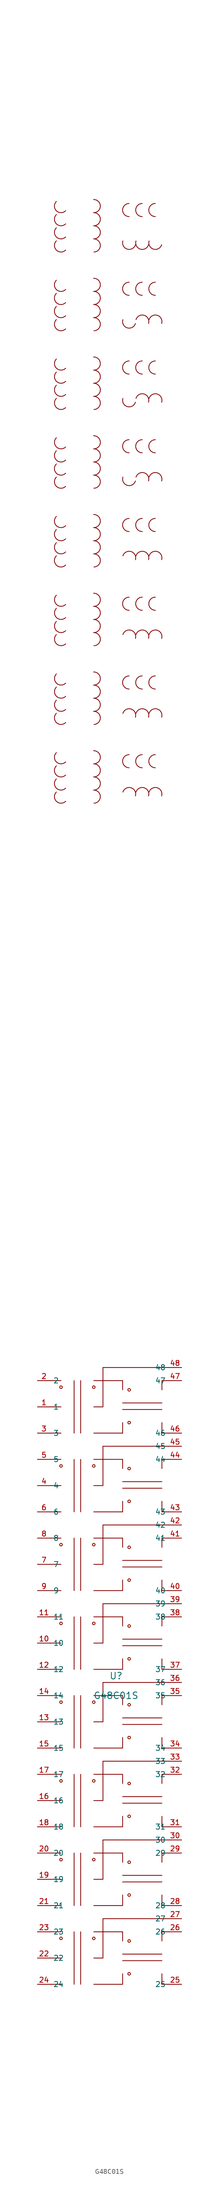
<source format=kicad_sym>
(kicad_symbol_lib
  (version 20210201)
  (generator TousstNicolas/JLC2KiCad_lib)
  (symbol "G48C01S"
    (property "Reference" "U"
      (at 0 1.27 0)
      (effects (font (size 1.27 1.27))))
    (property "Value" "G48C01S"
      (at 0 -2.54 0)
      (effects (font (size 1.27 1.27))))
    (symbol "G48C01S_0_1"
      (polyline (pts (xy 8.89 48.26) (xy 10.16 48.26)) (stroke (width 0) (type default) (color 0 0 0 0)) (fill (type none)))
      (polyline (pts (xy 8.89 58.42) (xy 10.16 58.42)) (stroke (width 0) (type default) (color 0 0 0 0)) (fill (type none)))
      (polyline (pts (xy -2.54 60.96) (xy 10.16 60.96)) (stroke (width 0) (type default) (color 0 0 0 0)) (fill (type none)))
      (polyline (pts (xy -2.54 53.34) (xy -2.54 60.96)) (stroke (width 0) (type default) (color 0 0 0 0)) (fill (type none)))
      (circle (center 2.54 50.292) (radius 0.254) (stroke (width 0) (type default) (color 0 0 0 0)) (fill (type background)))
      (polyline (pts (xy -4.318 53.34) (xy -2.54 53.34)) (stroke (width 0) (type default) (color 0 0 0 0)) (fill (type none)))
      (circle (center 2.54 56.642) (radius 0.254) (stroke (width 0) (type default) (color 0 0 0 0)) (fill (type background)))
      (circle (center -4.318 57.15) (radius 0.254) (stroke (width 0) (type default) (color 0 0 0 0)) (fill (type background)))
      (circle (center -10.668 57.15) (radius 0.254) (stroke (width 0) (type default) (color 0 0 0 0)) (fill (type background)))
      (polyline (pts (xy 1.27 54.102) (xy 8.89 54.102)) (stroke (width 0) (type default) (color 0 0 0 0)) (fill (type none)))
      (polyline (pts (xy 1.27 52.832) (xy 8.89 52.832)) (stroke (width 0) (type default) (color 0 0 0 0)) (fill (type none)))
      (polyline (pts (xy 8.89 50.292) (xy 8.89 48.26)) (stroke (width 0) (type default) (color 0 0 0 0)) (fill (type none)))
      (polyline (pts (xy 8.89 56.642) (xy 8.89 58.42)) (stroke (width 0) (type default) (color 0 0 0 0)) (fill (type none)))
      (polyline (pts (xy 1.27 48.26) (xy 1.27 50.292)) (stroke (width 0) (type default) (color 0 0 0 0)) (fill (type none)))
      (polyline (pts (xy 1.27 48.26) (xy -4.318 48.26)) (stroke (width 0) (type default) (color 0 0 0 0)) (fill (type none)))
      (polyline (pts (xy 1.27 58.42) (xy 1.27 56.642)) (stroke (width 0) (type default) (color 0 0 0 0)) (fill (type none)))
      (polyline (pts (xy -4.318 58.42) (xy 1.27 58.42)) (stroke (width 0) (type default) (color 0 0 0 0)) (fill (type none)))
      (arc (start 3.7543110576101877 171.58636616952523) (mid 2.168027332847536 170.7440379390878) (end 1.3256991024101326 172.33032166385044) (stroke (width 0) (type default) (color 0 0 0 0)) (fill (type none)))
      (arc (start 6.294316137620347 171.58636616952523) (mid 4.708032412857697 170.7440379390878) (end 3.8657041824202927 172.33032166385044) (stroke (width 0) (type default) (color 0 0 0 0)) (fill (type none)))
      (arc (start 8.834321217630508 171.58636616952523) (mid 7.248037492867857 170.7440379390878) (end 6.405709262430453 172.33032166385044) (stroke (width 0) (type default) (color 0 0 0 0)) (fill (type none)))
      (arc (start 2.54000508001016 177.03835407670817) (mid 1.27000254000508 178.30835661671324) (end 2.54000508001016 179.57835915671834) (stroke (width 0) (type default) (color 0 0 0 0)) (fill (type none)))
      (arc (start 5.08001016002032 177.03835407670817) (mid 3.81000762001524 178.30835661671324) (end 5.08001016002032 179.57835915671834) (stroke (width 0) (type default) (color 0 0 0 0)) (fill (type none)))
      (arc (start 7.62001524003048 177.03835407670817) (mid 6.350012700025401 178.30835661671324) (end 7.62001524003048 179.57835915671834) (stroke (width 0) (type default) (color 0 0 0 0)) (fill (type none)))
      (arc (start -4.280489434422674 177.80090995398888) (mid -5.5874567527869035 179.0328390470531) (end -4.355527676588787 180.33980638131513) (stroke (width 0) (type default) (color 0 0 0 0)) (fill (type none)))
      (arc (start -4.280489434422674 170.1808947139584) (mid -5.5874567527869035 171.41282380702262) (end -4.355527676588787 172.71979114128465) (stroke (width 0) (type default) (color 0 0 0 0)) (fill (type none)))
      (arc (start -4.280489434422674 172.72089979396856) (mid -5.5874567527869035 173.95282888703278) (end -4.355527676588787 175.2597962212948) (stroke (width 0) (type default) (color 0 0 0 0)) (fill (type none)))
      (arc (start -4.280489434422674 175.26090487397872) (mid -5.5874567527869035 176.49283396704294) (end -4.355527676588787 177.79980130130497) (stroke (width 0) (type default) (color 0 0 0 0)) (fill (type none)))
      (polyline (pts (xy -6.858 58.42) (xy -6.858 48.26)) (stroke (width 0) (type default) (color 0 0 0 0)) (fill (type none)))
      (polyline (pts (xy -8.128 58.42) (xy -8.128 48.26)) (stroke (width 0) (type default) (color 0 0 0 0)) (fill (type none)))
      (arc (start -9.769993927880934 178.17233073255454) (mid -11.566048744204396 178.17233073255454) (end -11.566048744204412 179.968385548878) (stroke (width 0) (type default) (color 0 0 0 0)) (fill (type none)))
      (arc (start -9.769993927880934 170.55231549252406) (mid -11.566048744204396 170.55231549252406) (end -11.566048744204412 172.34837030884754) (stroke (width 0) (type default) (color 0 0 0 0)) (fill (type none)))
      (arc (start -9.769993927880934 173.09232057253422) (mid -11.566048744204396 173.09232057253422) (end -11.566048744204412 174.8883753888577) (stroke (width 0) (type default) (color 0 0 0 0)) (fill (type none)))
      (arc (start -9.769993927880934 175.63232565254438) (mid -11.566048744204396 175.63232565254438) (end -11.566048744204412 177.42838046886786) (stroke (width 0) (type default) (color 0 0 0 0)) (fill (type none)))
      (polyline (pts (xy -12.7 58.42) (xy -10.668 58.42)) (stroke (width 0) (type default) (color 0 0 0 0)) (fill (type none)))
      (polyline (pts (xy -12.7 53.34) (xy -10.668 53.34)) (stroke (width 0) (type default) (color 0 0 0 0)) (fill (type none)))
      (polyline (pts (xy -12.7 48.26) (xy -10.668 48.26)) (stroke (width 0) (type default) (color 0 0 0 0)) (fill (type none)))
      (polyline (pts (xy -12.7 33.02) (xy -10.668 33.02)) (stroke (width 0) (type default) (color 0 0 0 0)) (fill (type none)))
      (polyline (pts (xy -12.7 38.1) (xy -10.668 38.1)) (stroke (width 0) (type default) (color 0 0 0 0)) (fill (type none)))
      (polyline (pts (xy -12.7 43.18) (xy -10.668 43.18)) (stroke (width 0) (type default) (color 0 0 0 0)) (fill (type none)))
      (arc (start -9.769993927880934 190.87235613260535) (mid -11.566048744204396 190.87235613260535) (end -11.566048744204412 192.6684109489288) (stroke (width 0) (type default) (color 0 0 0 0)) (fill (type none)))
      (arc (start -9.769993927880934 188.3323510525952) (mid -11.566048744204396 188.3323510525952) (end -11.566048744204412 190.12840586891863) (stroke (width 0) (type default) (color 0 0 0 0)) (fill (type none)))
      (arc (start -9.769993927880934 185.79234597258503) (mid -11.566048744204396 185.79234597258503) (end -11.566048744204412 187.58840078890847) (stroke (width 0) (type default) (color 0 0 0 0)) (fill (type none)))
      (arc (start -9.769993927880934 193.4123612126155) (mid -11.566048744204396 193.4123612126155) (end -11.566048744204412 195.20841602893896) (stroke (width 0) (type default) (color 0 0 0 0)) (fill (type none)))
      (polyline (pts (xy -8.128 43.18) (xy -8.128 33.02)) (stroke (width 0) (type default) (color 0 0 0 0)) (fill (type none)))
      (polyline (pts (xy -6.858 43.18) (xy -6.858 33.02)) (stroke (width 0) (type default) (color 0 0 0 0)) (fill (type none)))
      (arc (start -4.280489434422674 190.50093535403968) (mid -5.5874567527869035 191.7328644471039) (end -4.355527676588787 193.03983178136593) (stroke (width 0) (type default) (color 0 0 0 0)) (fill (type none)))
      (arc (start -4.280489434422674 187.96093027402952) (mid -5.5874567527869035 189.19285936709375) (end -4.355527676588787 190.49982670135577) (stroke (width 0) (type default) (color 0 0 0 0)) (fill (type none)))
      (arc (start -4.280489434422674 185.42092519401936) (mid -5.5874567527869035 186.65285428708358) (end -4.355527676588787 187.9598216213456) (stroke (width 0) (type default) (color 0 0 0 0)) (fill (type none)))
      (arc (start -4.280489434422674 193.04094043404982) (mid -5.5874567527869035 194.27286952711407) (end -4.355527676588787 195.5798368613761) (stroke (width 0) (type default) (color 0 0 0 0)) (fill (type none)))
      (arc (start 7.62001524003048 192.2783845567691) (mid 6.350012700025401 193.5483870967742) (end 7.62001524003048 194.81838963677927) (stroke (width 0) (type default) (color 0 0 0 0)) (fill (type none)))
      (arc (start 5.08001016002032 192.2783845567691) (mid 3.81000762001524 193.5483870967742) (end 5.08001016002032 194.81838963677927) (stroke (width 0) (type default) (color 0 0 0 0)) (fill (type none)))
      (arc (start 2.54000508001016 192.2783845567691) (mid 1.27000254000508 193.5483870967742) (end 2.54000508001016 194.81838963677927) (stroke (width 0) (type default) (color 0 0 0 0)) (fill (type none)))
      (arc (start 8.834321217630508 186.8263966495862) (mid 7.248037492867857 185.98406841914877) (end 6.405709262430453 187.5703521439114) (stroke (width 0) (type default) (color 0 0 0 0)) (fill (type none)))
      (arc (start 6.294316137620347 186.8263966495862) (mid 4.708032412857697 185.98406841914877) (end 3.8657041824202927 187.5703521439114) (stroke (width 0) (type default) (color 0 0 0 0)) (fill (type none)))
      (arc (start 3.7543110576101877 186.8263966495862) (mid 2.168027332847536 185.98406841914877) (end 1.3256991024101326 187.5703521439114) (stroke (width 0) (type default) (color 0 0 0 0)) (fill (type none)))
      (polyline (pts (xy -4.318 43.18) (xy 1.27 43.18)) (stroke (width 0) (type default) (color 0 0 0 0)) (fill (type none)))
      (polyline (pts (xy 1.27 43.18) (xy 1.27 41.402)) (stroke (width 0) (type default) (color 0 0 0 0)) (fill (type none)))
      (polyline (pts (xy 1.27 33.02) (xy -4.318 33.02)) (stroke (width 0) (type default) (color 0 0 0 0)) (fill (type none)))
      (polyline (pts (xy 1.27 33.02) (xy 1.27 35.052)) (stroke (width 0) (type default) (color 0 0 0 0)) (fill (type none)))
      (polyline (pts (xy 8.89 41.402) (xy 8.89 43.18)) (stroke (width 0) (type default) (color 0 0 0 0)) (fill (type none)))
      (polyline (pts (xy 8.89 35.052) (xy 8.89 33.02)) (stroke (width 0) (type default) (color 0 0 0 0)) (fill (type none)))
      (polyline (pts (xy 1.27 37.592) (xy 8.89 37.592)) (stroke (width 0) (type default) (color 0 0 0 0)) (fill (type none)))
      (polyline (pts (xy 1.27 38.862) (xy 8.89 38.862)) (stroke (width 0) (type default) (color 0 0 0 0)) (fill (type none)))
      (circle (center -10.668 41.91) (radius 0.254) (stroke (width 0) (type default) (color 0 0 0 0)) (fill (type background)))
      (circle (center -4.318 41.91) (radius 0.254) (stroke (width 0) (type default) (color 0 0 0 0)) (fill (type background)))
      (circle (center 2.54 41.402) (radius 0.254) (stroke (width 0) (type default) (color 0 0 0 0)) (fill (type background)))
      (polyline (pts (xy -4.318 38.1) (xy -2.54 38.1)) (stroke (width 0) (type default) (color 0 0 0 0)) (fill (type none)))
      (circle (center 2.54 35.052) (radius 0.254) (stroke (width 0) (type default) (color 0 0 0 0)) (fill (type background)))
      (polyline (pts (xy -2.54 38.1) (xy -2.54 45.72)) (stroke (width 0) (type default) (color 0 0 0 0)) (fill (type none)))
      (polyline (pts (xy -2.54 45.72) (xy 10.16 45.72)) (stroke (width 0) (type default) (color 0 0 0 0)) (fill (type none)))
      (polyline (pts (xy 8.89 43.18) (xy 10.16 43.18)) (stroke (width 0) (type default) (color 0 0 0 0)) (fill (type none)))
      (polyline (pts (xy 8.89 33.02) (xy 10.16 33.02)) (stroke (width 0) (type default) (color 0 0 0 0)) (fill (type none)))
      (polyline (pts (xy -12.7 17.78) (xy -10.668 17.78)) (stroke (width 0) (type default) (color 0 0 0 0)) (fill (type none)))
      (polyline (pts (xy -12.7 22.86) (xy -10.668 22.86)) (stroke (width 0) (type default) (color 0 0 0 0)) (fill (type none)))
      (polyline (pts (xy -12.7 27.94) (xy -10.668 27.94)) (stroke (width 0) (type default) (color 0 0 0 0)) (fill (type none)))
      (arc (start -9.769993927880934 206.1123866126663) (mid -11.566048744204396 206.1123866126663) (end -11.566048744204412 207.90844142898976) (stroke (width 0) (type default) (color 0 0 0 0)) (fill (type none)))
      (arc (start -9.769993927880934 203.57238153265615) (mid -11.566048744204396 203.57238153265615) (end -11.566048744204412 205.3684363489796) (stroke (width 0) (type default) (color 0 0 0 0)) (fill (type none)))
      (arc (start -9.769993927880934 201.032376452646) (mid -11.566048744204396 201.032376452646) (end -11.566048744204412 202.82843126896944) (stroke (width 0) (type default) (color 0 0 0 0)) (fill (type none)))
      (arc (start -9.769993927880934 208.65239169267647) (mid -11.566048744204396 208.65239169267647) (end -11.566048744204412 210.44844650899992) (stroke (width 0) (type default) (color 0 0 0 0)) (fill (type none)))
      (polyline (pts (xy -8.128 27.94) (xy -8.128 17.78)) (stroke (width 0) (type default) (color 0 0 0 0)) (fill (type none)))
      (polyline (pts (xy -6.858 27.94) (xy -6.858 17.78)) (stroke (width 0) (type default) (color 0 0 0 0)) (fill (type none)))
      (arc (start -4.280489434422674 205.74096583410062) (mid -5.5874567527869035 206.97289492716487) (end -4.355527676588787 208.2798622614269) (stroke (width 0) (type default) (color 0 0 0 0)) (fill (type none)))
      (arc (start -4.280489434422674 203.20096075409046) (mid -5.5874567527869035 204.4328898471547) (end -4.355527676588787 205.73985718141674) (stroke (width 0) (type default) (color 0 0 0 0)) (fill (type none)))
      (arc (start -4.280489434422674 200.6609556740803) (mid -5.5874567527869035 201.89288476714455) (end -4.355527676588787 203.19985210140658) (stroke (width 0) (type default) (color 0 0 0 0)) (fill (type none)))
      (arc (start -4.280489434422674 208.28097091411078) (mid -5.5874567527869035 209.51290000717503) (end -4.355527676588787 210.81986734143706) (stroke (width 0) (type default) (color 0 0 0 0)) (fill (type none)))
      (arc (start 7.62001524003048 207.51841503683008) (mid 6.350012700025401 208.78841757683517) (end 7.62001524003048 210.05842011684024) (stroke (width 0) (type default) (color 0 0 0 0)) (fill (type none)))
      (arc (start 5.08001016002032 207.51841503683008) (mid 3.81000762001524 208.78841757683517) (end 5.08001016002032 210.05842011684024) (stroke (width 0) (type default) (color 0 0 0 0)) (fill (type none)))
      (arc (start 2.54000508001016 207.51841503683008) (mid 1.27000254000508 208.78841757683517) (end 2.54000508001016 210.05842011684024) (stroke (width 0) (type default) (color 0 0 0 0)) (fill (type none)))
      (arc (start 8.834321217630508 202.06642712964717) (mid 7.248037492867857 201.2240988992097) (end 6.405709262430453 202.81038262397237) (stroke (width 0) (type default) (color 0 0 0 0)) (fill (type none)))
      (arc (start 6.294316137620347 202.06642712964717) (mid 4.708032412857697 201.2240988992097) (end 3.8657041824202927 202.81038262397237) (stroke (width 0) (type default) (color 0 0 0 0)) (fill (type none)))
      (arc (start 3.7543110576101877 202.06642712964717) (mid 2.168027332847536 201.2240988992097) (end 1.3256991024101326 202.81038262397237) (stroke (width 0) (type default) (color 0 0 0 0)) (fill (type none)))
      (polyline (pts (xy -4.318 27.94) (xy 1.27 27.94)) (stroke (width 0) (type default) (color 0 0 0 0)) (fill (type none)))
      (polyline (pts (xy 1.27 27.94) (xy 1.27 26.162)) (stroke (width 0) (type default) (color 0 0 0 0)) (fill (type none)))
      (polyline (pts (xy 1.27 17.78) (xy -4.318 17.78)) (stroke (width 0) (type default) (color 0 0 0 0)) (fill (type none)))
      (polyline (pts (xy 1.27 17.78) (xy 1.27 19.812)) (stroke (width 0) (type default) (color 0 0 0 0)) (fill (type none)))
      (polyline (pts (xy 8.89 26.162) (xy 8.89 27.94)) (stroke (width 0) (type default) (color 0 0 0 0)) (fill (type none)))
      (polyline (pts (xy 8.89 19.812) (xy 8.89 17.78)) (stroke (width 0) (type default) (color 0 0 0 0)) (fill (type none)))
      (polyline (pts (xy 1.27 22.352) (xy 8.89 22.352)) (stroke (width 0) (type default) (color 0 0 0 0)) (fill (type none)))
      (polyline (pts (xy 1.27 23.622) (xy 8.89 23.622)) (stroke (width 0) (type default) (color 0 0 0 0)) (fill (type none)))
      (circle (center -10.668 26.67) (radius 0.254) (stroke (width 0) (type default) (color 0 0 0 0)) (fill (type background)))
      (circle (center -4.318 26.67) (radius 0.254) (stroke (width 0) (type default) (color 0 0 0 0)) (fill (type background)))
      (circle (center 2.54 26.162) (radius 0.254) (stroke (width 0) (type default) (color 0 0 0 0)) (fill (type background)))
      (polyline (pts (xy -4.318 22.86) (xy -2.54 22.86)) (stroke (width 0) (type default) (color 0 0 0 0)) (fill (type none)))
      (circle (center 2.54 19.812) (radius 0.254) (stroke (width 0) (type default) (color 0 0 0 0)) (fill (type background)))
      (polyline (pts (xy -2.54 22.86) (xy -2.54 30.48)) (stroke (width 0) (type default) (color 0 0 0 0)) (fill (type none)))
      (polyline (pts (xy -2.54 30.48) (xy 10.16 30.48)) (stroke (width 0) (type default) (color 0 0 0 0)) (fill (type none)))
      (polyline (pts (xy 8.89 27.94) (xy 10.16 27.94)) (stroke (width 0) (type default) (color 0 0 0 0)) (fill (type none)))
      (polyline (pts (xy 8.89 17.78) (xy 10.16 17.78)) (stroke (width 0) (type default) (color 0 0 0 0)) (fill (type none)))
      (polyline (pts (xy -12.7 2.54) (xy -10.668 2.54)) (stroke (width 0) (type default) (color 0 0 0 0)) (fill (type none)))
      (polyline (pts (xy -12.7 7.62) (xy -10.668 7.62)) (stroke (width 0) (type default) (color 0 0 0 0)) (fill (type none)))
      (polyline (pts (xy -12.7 12.7) (xy -10.668 12.7)) (stroke (width 0) (type default) (color 0 0 0 0)) (fill (type none)))
      (arc (start -9.769993927880934 221.35241709272728) (mid -11.566048744204396 221.35241709272728) (end -11.566048744204412 223.14847190905073) (stroke (width 0) (type default) (color 0 0 0 0)) (fill (type none)))
      (arc (start -9.769993927880934 218.81241201271712) (mid -11.566048744204396 218.81241201271712) (end -11.566048744204412 220.60846682904057) (stroke (width 0) (type default) (color 0 0 0 0)) (fill (type none)))
      (arc (start -9.769993927880934 216.27240693270696) (mid -11.566048744204396 216.27240693270696) (end -11.566048744204412 218.0684617490304) (stroke (width 0) (type default) (color 0 0 0 0)) (fill (type none)))
      (arc (start -9.769993927880934 223.89242217273744) (mid -11.566048744204396 223.89242217273744) (end -11.566048744204412 225.6884769890609) (stroke (width 0) (type default) (color 0 0 0 0)) (fill (type none)))
      (polyline (pts (xy -8.128 12.7) (xy -8.128 2.54)) (stroke (width 0) (type default) (color 0 0 0 0)) (fill (type none)))
      (polyline (pts (xy -6.858 12.7) (xy -6.858 2.54)) (stroke (width 0) (type default) (color 0 0 0 0)) (fill (type none)))
      (arc (start -4.280489434422674 220.9809963141616) (mid -5.5874567527869035 222.21292540722584) (end -4.355527676588787 223.51989274148784) (stroke (width 0) (type default) (color 0 0 0 0)) (fill (type none)))
      (arc (start -4.280489434422674 218.44099123415143) (mid -5.5874567527869035 219.67292032721568) (end -4.355527676588787 220.9798876614777) (stroke (width 0) (type default) (color 0 0 0 0)) (fill (type none)))
      (arc (start -4.280489434422674 215.90098615414126) (mid -5.5874567527869035 217.13291524720552) (end -4.355527676588787 218.43988258146754) (stroke (width 0) (type default) (color 0 0 0 0)) (fill (type none)))
      (arc (start -4.280489434422674 223.52100139417175) (mid -5.5874567527869035 224.752930487236) (end -4.355527676588787 226.059897821498) (stroke (width 0) (type default) (color 0 0 0 0)) (fill (type none)))
      (arc (start 7.62001524003048 222.75844551689104) (mid 6.350012700025401 224.0284480568961) (end 7.62001524003048 225.2984505969012) (stroke (width 0) (type default) (color 0 0 0 0)) (fill (type none)))
      (arc (start 5.08001016002032 222.75844551689104) (mid 3.81000762001524 224.0284480568961) (end 5.08001016002032 225.2984505969012) (stroke (width 0) (type default) (color 0 0 0 0)) (fill (type none)))
      (arc (start 2.54000508001016 222.75844551689104) (mid 1.27000254000508 224.0284480568961) (end 2.54000508001016 225.2984505969012) (stroke (width 0) (type default) (color 0 0 0 0)) (fill (type none)))
      (arc (start 8.834321217630508 217.3064576097081) (mid 7.248037492867857 216.46412937927067) (end 6.405709262430453 218.05041310403334) (stroke (width 0) (type default) (color 0 0 0 0)) (fill (type none)))
      (arc (start 6.294316137620347 217.3064576097081) (mid 4.708032412857697 216.46412937927067) (end 3.8657041824202927 218.05041310403334) (stroke (width 0) (type default) (color 0 0 0 0)) (fill (type none)))
      (arc (start 3.7543110576101877 217.3064576097081) (mid 2.168027332847536 216.46412937927067) (end 1.3256991024101326 218.05041310403334) (stroke (width 0) (type default) (color 0 0 0 0)) (fill (type none)))
      (polyline (pts (xy -4.318 12.7) (xy 1.27 12.7)) (stroke (width 0) (type default) (color 0 0 0 0)) (fill (type none)))
      (polyline (pts (xy 1.27 12.7) (xy 1.27 10.922)) (stroke (width 0) (type default) (color 0 0 0 0)) (fill (type none)))
      (polyline (pts (xy 1.27 2.54) (xy -4.318 2.54)) (stroke (width 0) (type default) (color 0 0 0 0)) (fill (type none)))
      (polyline (pts (xy 1.27 2.54) (xy 1.27 4.572)) (stroke (width 0) (type default) (color 0 0 0 0)) (fill (type none)))
      (polyline (pts (xy 8.89 10.922) (xy 8.89 12.7)) (stroke (width 0) (type default) (color 0 0 0 0)) (fill (type none)))
      (polyline (pts (xy 8.89 4.572) (xy 8.89 2.54)) (stroke (width 0) (type default) (color 0 0 0 0)) (fill (type none)))
      (polyline (pts (xy 1.27 7.112) (xy 8.89 7.112)) (stroke (width 0) (type default) (color 0 0 0 0)) (fill (type none)))
      (polyline (pts (xy 1.27 8.382) (xy 8.89 8.382)) (stroke (width 0) (type default) (color 0 0 0 0)) (fill (type none)))
      (circle (center -10.668 11.43) (radius 0.254) (stroke (width 0) (type default) (color 0 0 0 0)) (fill (type background)))
      (circle (center -4.318 11.43) (radius 0.254) (stroke (width 0) (type default) (color 0 0 0 0)) (fill (type background)))
      (circle (center 2.54 10.922) (radius 0.254) (stroke (width 0) (type default) (color 0 0 0 0)) (fill (type background)))
      (polyline (pts (xy -4.318 7.62) (xy -2.54 7.62)) (stroke (width 0) (type default) (color 0 0 0 0)) (fill (type none)))
      (circle (center 2.54 4.572) (radius 0.254) (stroke (width 0) (type default) (color 0 0 0 0)) (fill (type background)))
      (polyline (pts (xy -2.54 7.62) (xy -2.54 15.24)) (stroke (width 0) (type default) (color 0 0 0 0)) (fill (type none)))
      (polyline (pts (xy -2.54 15.24) (xy 10.16 15.24)) (stroke (width 0) (type default) (color 0 0 0 0)) (fill (type none)))
      (polyline (pts (xy 8.89 12.7) (xy 10.16 12.7)) (stroke (width 0) (type default) (color 0 0 0 0)) (fill (type none)))
      (polyline (pts (xy 8.89 2.54) (xy 10.16 2.54)) (stroke (width 0) (type default) (color 0 0 0 0)) (fill (type none)))
      (polyline (pts (xy -12.7 -12.7) (xy -10.668 -12.7)) (stroke (width 0) (type default) (color 0 0 0 0)) (fill (type none)))
      (polyline (pts (xy -12.7 -7.62) (xy -10.668 -7.62)) (stroke (width 0) (type default) (color 0 0 0 0)) (fill (type none)))
      (polyline (pts (xy -12.7 -2.54) (xy -10.668 -2.54)) (stroke (width 0) (type default) (color 0 0 0 0)) (fill (type none)))
      (arc (start -9.769993927880934 236.59244757278825) (mid -11.566048744204396 236.59244757278825) (end -11.566048744204412 238.3885023891117) (stroke (width 0) (type default) (color 0 0 0 0)) (fill (type none)))
      (arc (start -9.769993927880934 234.05244249277808) (mid -11.566048744204396 234.05244249277808) (end -11.566048744204412 235.84849730910153) (stroke (width 0) (type default) (color 0 0 0 0)) (fill (type none)))
      (arc (start -9.769993927880934 231.51243741276792) (mid -11.566048744204396 231.51243741276792) (end -11.566048744204412 233.30849222909137) (stroke (width 0) (type default) (color 0 0 0 0)) (fill (type none)))
      (arc (start -9.769993927880934 239.1324526527984) (mid -11.566048744204396 239.1324526527984) (end -11.566048744204412 240.92850746912185) (stroke (width 0) (type default) (color 0 0 0 0)) (fill (type none)))
      (polyline (pts (xy -8.128 -2.54) (xy -8.128 -12.7)) (stroke (width 0) (type default) (color 0 0 0 0)) (fill (type none)))
      (polyline (pts (xy -6.858 -2.54) (xy -6.858 -12.7)) (stroke (width 0) (type default) (color 0 0 0 0)) (fill (type none)))
      (arc (start -4.280489434422674 236.22102679422255) (mid -5.5874567527869035 237.45295588728678) (end -4.355527676588787 238.7599232215488) (stroke (width 0) (type default) (color 0 0 0 0)) (fill (type none)))
      (arc (start -4.280489434422674 233.6810217142124) (mid -5.5874567527869035 234.91295080727664) (end -4.355527676588787 236.21991814153864) (stroke (width 0) (type default) (color 0 0 0 0)) (fill (type none)))
      (arc (start -4.280489434422674 231.14101663420223) (mid -5.5874567527869035 232.37294572726648) (end -4.355527676588787 233.67991306152848) (stroke (width 0) (type default) (color 0 0 0 0)) (fill (type none)))
      (arc (start -4.280489434422674 238.7610318742327) (mid -5.5874567527869035 239.99296096729694) (end -4.355527676588787 241.29992830155896) (stroke (width 0) (type default) (color 0 0 0 0)) (fill (type none)))
      (arc (start 7.62001524003048 237.998475996952) (mid 6.350012700025401 239.26847853695708) (end 7.62001524003048 240.53848107696217) (stroke (width 0) (type default) (color 0 0 0 0)) (fill (type none)))
      (arc (start 5.08001016002032 237.998475996952) (mid 3.81000762001524 239.26847853695708) (end 5.08001016002032 240.53848107696217) (stroke (width 0) (type default) (color 0 0 0 0)) (fill (type none)))
      (arc (start 2.54000508001016 237.998475996952) (mid 1.27000254000508 239.26847853695708) (end 2.54000508001016 240.53848107696217) (stroke (width 0) (type default) (color 0 0 0 0)) (fill (type none)))
      (arc (start 8.834321217630508 232.54648808976907) (mid 7.248037492867857 231.70415985933164) (end 6.405709262430453 233.2904435840943) (stroke (width 0) (type default) (color 0 0 0 0)) (fill (type none)))
      (arc (start 6.294316137620347 232.54648808976907) (mid 4.708032412857697 231.70415985933164) (end 3.8657041824202927 233.2904435840943) (stroke (width 0) (type default) (color 0 0 0 0)) (fill (type none)))
      (arc (start 3.7543110576101877 232.54648808976907) (mid 2.168027332847536 231.70415985933164) (end 1.3256991024101326 233.2904435840943) (stroke (width 0) (type default) (color 0 0 0 0)) (fill (type none)))
      (polyline (pts (xy -4.318 -2.54) (xy 1.27 -2.54)) (stroke (width 0) (type default) (color 0 0 0 0)) (fill (type none)))
      (polyline (pts (xy 1.27 -2.54) (xy 1.27 -4.318)) (stroke (width 0) (type default) (color 0 0 0 0)) (fill (type none)))
      (polyline (pts (xy 1.27 -12.7) (xy -4.318 -12.7)) (stroke (width 0) (type default) (color 0 0 0 0)) (fill (type none)))
      (polyline (pts (xy 1.27 -12.7) (xy 1.27 -10.668)) (stroke (width 0) (type default) (color 0 0 0 0)) (fill (type none)))
      (polyline (pts (xy 8.89 -4.318) (xy 8.89 -2.54)) (stroke (width 0) (type default) (color 0 0 0 0)) (fill (type none)))
      (polyline (pts (xy 8.89 -10.668) (xy 8.89 -12.7)) (stroke (width 0) (type default) (color 0 0 0 0)) (fill (type none)))
      (polyline (pts (xy 1.27 -8.128) (xy 8.89 -8.128)) (stroke (width 0) (type default) (color 0 0 0 0)) (fill (type none)))
      (polyline (pts (xy 1.27 -6.858) (xy 8.89 -6.858)) (stroke (width 0) (type default) (color 0 0 0 0)) (fill (type none)))
      (circle (center -10.668 -3.81) (radius 0.254) (stroke (width 0) (type default) (color 0 0 0 0)) (fill (type background)))
      (circle (center -4.318 -3.81) (radius 0.254) (stroke (width 0) (type default) (color 0 0 0 0)) (fill (type background)))
      (circle (center 2.54 -4.318) (radius 0.254) (stroke (width 0) (type default) (color 0 0 0 0)) (fill (type background)))
      (polyline (pts (xy -4.318 -7.62) (xy -2.54 -7.62)) (stroke (width 0) (type default) (color 0 0 0 0)) (fill (type none)))
      (circle (center 2.54 -10.668) (radius 0.254) (stroke (width 0) (type default) (color 0 0 0 0)) (fill (type background)))
      (polyline (pts (xy -2.54 -7.62) (xy -2.54 -0.0)) (stroke (width 0) (type default) (color 0 0 0 0)) (fill (type none)))
      (polyline (pts (xy -2.54 -0.0) (xy 10.16 -0.0)) (stroke (width 0) (type default) (color 0 0 0 0)) (fill (type none)))
      (polyline (pts (xy 8.89 -2.54) (xy 10.16 -2.54)) (stroke (width 0) (type default) (color 0 0 0 0)) (fill (type none)))
      (polyline (pts (xy 8.89 -12.7) (xy 10.16 -12.7)) (stroke (width 0) (type default) (color 0 0 0 0)) (fill (type none)))
      (polyline (pts (xy -12.7 -27.94) (xy -10.668 -27.94)) (stroke (width 0) (type default) (color 0 0 0 0)) (fill (type none)))
      (polyline (pts (xy -12.7 -22.86) (xy -10.668 -22.86)) (stroke (width 0) (type default) (color 0 0 0 0)) (fill (type none)))
      (polyline (pts (xy -12.7 -17.78) (xy -10.668 -17.78)) (stroke (width 0) (type default) (color 0 0 0 0)) (fill (type none)))
      (arc (start -9.769993927880934 251.83247805284918) (mid -11.566048744204396 251.83247805284918) (end -11.566048744204412 253.62853286917266) (stroke (width 0) (type default) (color 0 0 0 0)) (fill (type none)))
      (arc (start -9.769993927880934 249.29247297283902) (mid -11.566048744204396 249.29247297283902) (end -11.566048744204412 251.0885277891625) (stroke (width 0) (type default) (color 0 0 0 0)) (fill (type none)))
      (arc (start -9.769993927880934 246.75246789282886) (mid -11.566048744204396 246.75246789282886) (end -11.566048744204412 248.54852270915237) (stroke (width 0) (type default) (color 0 0 0 0)) (fill (type none)))
      (arc (start -9.769993927880934 254.37248313285934) (mid -11.566048744204396 254.37248313285934) (end -11.566048744204412 256.16853794918285) (stroke (width 0) (type default) (color 0 0 0 0)) (fill (type none)))
      (polyline (pts (xy -8.128 -17.78) (xy -8.128 -27.94)) (stroke (width 0) (type default) (color 0 0 0 0)) (fill (type none)))
      (polyline (pts (xy -6.858 -17.78) (xy -6.858 -27.94)) (stroke (width 0) (type default) (color 0 0 0 0)) (fill (type none)))
      (arc (start -4.280489434422674 251.4610572742835) (mid -5.5874567527869035 252.69298636734774) (end -4.355527676588787 253.99995370160974) (stroke (width 0) (type default) (color 0 0 0 0)) (fill (type none)))
      (arc (start -4.280489434422674 248.92105219427333) (mid -5.5874567527869035 250.15298128733758) (end -4.355527676588787 251.45994862159958) (stroke (width 0) (type default) (color 0 0 0 0)) (fill (type none)))
      (arc (start -4.280489434422674 246.38104711426317) (mid -5.5874567527869035 247.61297620732742) (end -4.355527676588787 248.91994354158942) (stroke (width 0) (type default) (color 0 0 0 0)) (fill (type none)))
      (arc (start -4.280489434422674 254.00106235429365) (mid -5.5874567527869035 255.2329914473579) (end -4.355527676588787 256.53995878161993) (stroke (width 0) (type default) (color 0 0 0 0)) (fill (type none)))
      (arc (start 7.62001524003048 253.23850647701298) (mid 6.350012700025401 254.50850901701804) (end 7.62001524003048 255.77851155702314) (stroke (width 0) (type default) (color 0 0 0 0)) (fill (type none)))
      (arc (start 5.08001016002032 253.23850647701298) (mid 3.81000762001524 254.50850901701804) (end 5.08001016002032 255.77851155702314) (stroke (width 0) (type default) (color 0 0 0 0)) (fill (type none)))
      (arc (start 2.54000508001016 253.23850647701298) (mid 1.27000254000508 254.50850901701804) (end 2.54000508001016 255.77851155702314) (stroke (width 0) (type default) (color 0 0 0 0)) (fill (type none)))
      (arc (start 8.834321217630508 247.78651856983) (mid 7.248037492867857 246.9441903393926) (end 6.405709262430453 248.53047406415527) (stroke (width 0) (type default) (color 0 0 0 0)) (fill (type none)))
      (arc (start 6.294316137620347 247.78651856983) (mid 4.708032412857697 246.9441903393926) (end 3.8657041824202927 248.53047406415527) (stroke (width 0) (type default) (color 0 0 0 0)) (fill (type none)))
      (arc (start 3.7543110576101877 247.78651856983) (mid 2.168027332847536 246.9441903393926) (end 1.3256991024101326 248.53047406415527) (stroke (width 0) (type default) (color 0 0 0 0)) (fill (type none)))
      (polyline (pts (xy -4.318 -17.78) (xy 1.27 -17.78)) (stroke (width 0) (type default) (color 0 0 0 0)) (fill (type none)))
      (polyline (pts (xy 1.27 -17.78) (xy 1.27 -19.558)) (stroke (width 0) (type default) (color 0 0 0 0)) (fill (type none)))
      (polyline (pts (xy 1.27 -27.94) (xy -4.318 -27.94)) (stroke (width 0) (type default) (color 0 0 0 0)) (fill (type none)))
      (polyline (pts (xy 1.27 -27.94) (xy 1.27 -25.908)) (stroke (width 0) (type default) (color 0 0 0 0)) (fill (type none)))
      (polyline (pts (xy 8.89 -19.558) (xy 8.89 -17.78)) (stroke (width 0) (type default) (color 0 0 0 0)) (fill (type none)))
      (polyline (pts (xy 8.89 -25.908) (xy 8.89 -27.94)) (stroke (width 0) (type default) (color 0 0 0 0)) (fill (type none)))
      (polyline (pts (xy 1.27 -23.368) (xy 8.89 -23.368)) (stroke (width 0) (type default) (color 0 0 0 0)) (fill (type none)))
      (polyline (pts (xy 1.27 -22.098) (xy 8.89 -22.098)) (stroke (width 0) (type default) (color 0 0 0 0)) (fill (type none)))
      (circle (center -10.668 -19.05) (radius 0.254) (stroke (width 0) (type default) (color 0 0 0 0)) (fill (type background)))
      (circle (center -4.318 -19.05) (radius 0.254) (stroke (width 0) (type default) (color 0 0 0 0)) (fill (type background)))
      (circle (center 2.54 -19.558) (radius 0.254) (stroke (width 0) (type default) (color 0 0 0 0)) (fill (type background)))
      (polyline (pts (xy -4.318 -22.86) (xy -2.54 -22.86)) (stroke (width 0) (type default) (color 0 0 0 0)) (fill (type none)))
      (circle (center 2.54 -25.908) (radius 0.254) (stroke (width 0) (type default) (color 0 0 0 0)) (fill (type background)))
      (polyline (pts (xy -2.54 -22.86) (xy -2.54 -15.24)) (stroke (width 0) (type default) (color 0 0 0 0)) (fill (type none)))
      (polyline (pts (xy -2.54 -15.24) (xy 10.16 -15.24)) (stroke (width 0) (type default) (color 0 0 0 0)) (fill (type none)))
      (polyline (pts (xy 8.89 -17.78) (xy 10.16 -17.78)) (stroke (width 0) (type default) (color 0 0 0 0)) (fill (type none)))
      (polyline (pts (xy 8.89 -27.94) (xy 10.16 -27.94)) (stroke (width 0) (type default) (color 0 0 0 0)) (fill (type none)))
      (polyline (pts (xy -12.7 -43.18) (xy -10.668 -43.18)) (stroke (width 0) (type default) (color 0 0 0 0)) (fill (type none)))
      (polyline (pts (xy -12.7 -38.1) (xy -10.668 -38.1)) (stroke (width 0) (type default) (color 0 0 0 0)) (fill (type none)))
      (polyline (pts (xy -12.7 -33.02) (xy -10.668 -33.02)) (stroke (width 0) (type default) (color 0 0 0 0)) (fill (type none)))
      (arc (start -9.769993927880934 267.07250853291015) (mid -11.566048744204396 267.07250853291015) (end -11.566048744204412 268.8685633492337) (stroke (width 0) (type default) (color 0 0 0 0)) (fill (type none)))
      (arc (start -9.769993927880934 264.53250345289996) (mid -11.566048744204396 264.53250345289996) (end -11.566048744204412 266.3285582692235) (stroke (width 0) (type default) (color 0 0 0 0)) (fill (type none)))
      (arc (start -9.769993927880934 261.9924983728898) (mid -11.566048744204396 261.9924983728898) (end -11.566048744204412 263.78855318921336) (stroke (width 0) (type default) (color 0 0 0 0)) (fill (type none)))
      (arc (start -9.769993927880934 269.6125136129203) (mid -11.566048744204396 269.6125136129203) (end -11.566048744204412 271.4085684292438) (stroke (width 0) (type default) (color 0 0 0 0)) (fill (type none)))
      (polyline (pts (xy -8.128 -33.02) (xy -8.128 -43.18)) (stroke (width 0) (type default) (color 0 0 0 0)) (fill (type none)))
      (polyline (pts (xy -6.858 -33.02) (xy -6.858 -43.18)) (stroke (width 0) (type default) (color 0 0 0 0)) (fill (type none)))
      (arc (start -4.280489434422674 266.7010877543444) (mid -5.5874567527869035 267.93301684740874) (end -4.355527676588787 269.23998418167065) (stroke (width 0) (type default) (color 0 0 0 0)) (fill (type none)))
      (arc (start -4.280489434422674 264.1610826743343) (mid -5.5874567527869035 265.3930117673986) (end -4.355527676588787 266.6999791016605) (stroke (width 0) (type default) (color 0 0 0 0)) (fill (type none)))
      (arc (start -4.280489434422674 261.6210775943241) (mid -5.5874567527869035 262.8530066873884) (end -4.355527676588787 264.1599740216503) (stroke (width 0) (type default) (color 0 0 0 0)) (fill (type none)))
      (arc (start -4.280489434422674 269.2410928343546) (mid -5.5874567527869035 270.4730219274189) (end -4.355527676588787 271.77998926168084) (stroke (width 0) (type default) (color 0 0 0 0)) (fill (type none)))
      (arc (start 7.62001524003048 268.4785369570739) (mid 6.350012700025401 269.748539497079) (end 7.62001524003048 271.0185420370841) (stroke (width 0) (type default) (color 0 0 0 0)) (fill (type none)))
      (arc (start 5.08001016002032 268.4785369570739) (mid 3.81000762001524 269.748539497079) (end 5.08001016002032 271.0185420370841) (stroke (width 0) (type default) (color 0 0 0 0)) (fill (type none)))
      (arc (start 2.54000508001016 268.4785369570739) (mid 1.27000254000508 269.748539497079) (end 2.54000508001016 271.0185420370841) (stroke (width 0) (type default) (color 0 0 0 0)) (fill (type none)))
      (arc (start 8.834321217630508 263.02654904989095) (mid 7.248037492867857 262.18422081945357) (end 6.405709262430453 263.7705045442163) (stroke (width 0) (type default) (color 0 0 0 0)) (fill (type none)))
      (arc (start 6.294316137620347 263.02654904989095) (mid 4.708032412857697 262.18422081945357) (end 3.8657041824202927 263.7705045442163) (stroke (width 0) (type default) (color 0 0 0 0)) (fill (type none)))
      (arc (start 3.7543110576101877 263.02654904989095) (mid 2.168027332847536 262.18422081945357) (end 1.3256991024101326 263.7705045442163) (stroke (width 0) (type default) (color 0 0 0 0)) (fill (type none)))
      (polyline (pts (xy -4.318 -33.02) (xy 1.27 -33.02)) (stroke (width 0) (type default) (color 0 0 0 0)) (fill (type none)))
      (polyline (pts (xy 1.27 -33.02) (xy 1.27 -34.798)) (stroke (width 0) (type default) (color 0 0 0 0)) (fill (type none)))
      (polyline (pts (xy 1.27 -43.18) (xy -4.318 -43.18)) (stroke (width 0) (type default) (color 0 0 0 0)) (fill (type none)))
      (polyline (pts (xy 1.27 -43.18) (xy 1.27 -41.148)) (stroke (width 0) (type default) (color 0 0 0 0)) (fill (type none)))
      (polyline (pts (xy 8.89 -34.798) (xy 8.89 -33.02)) (stroke (width 0) (type default) (color 0 0 0 0)) (fill (type none)))
      (polyline (pts (xy 8.89 -41.148) (xy 8.89 -43.18)) (stroke (width 0) (type default) (color 0 0 0 0)) (fill (type none)))
      (polyline (pts (xy 1.27 -38.608) (xy 8.89 -38.608)) (stroke (width 0) (type default) (color 0 0 0 0)) (fill (type none)))
      (polyline (pts (xy 1.27 -37.338) (xy 8.89 -37.338)) (stroke (width 0) (type default) (color 0 0 0 0)) (fill (type none)))
      (circle (center -10.668 -34.29) (radius 0.254) (stroke (width 0) (type default) (color 0 0 0 0)) (fill (type background)))
      (circle (center -4.318 -34.29) (radius 0.254) (stroke (width 0) (type default) (color 0 0 0 0)) (fill (type background)))
      (circle (center 2.54 -34.798) (radius 0.254) (stroke (width 0) (type default) (color 0 0 0 0)) (fill (type background)))
      (polyline (pts (xy -4.318 -38.1) (xy -2.54 -38.1)) (stroke (width 0) (type default) (color 0 0 0 0)) (fill (type none)))
      (circle (center 2.54 -41.148) (radius 0.254) (stroke (width 0) (type default) (color 0 0 0 0)) (fill (type background)))
      (polyline (pts (xy -2.54 -38.1) (xy -2.54 -30.48)) (stroke (width 0) (type default) (color 0 0 0 0)) (fill (type none)))
      (polyline (pts (xy -2.54 -30.48) (xy 10.16 -30.48)) (stroke (width 0) (type default) (color 0 0 0 0)) (fill (type none)))
      (polyline (pts (xy 8.89 -33.02) (xy 10.16 -33.02)) (stroke (width 0) (type default) (color 0 0 0 0)) (fill (type none)))
      (polyline (pts (xy 8.89 -43.18) (xy 10.16 -43.18)) (stroke (width 0) (type default) (color 0 0 0 0)) (fill (type none)))
      (polyline (pts (xy -12.7 -58.42) (xy -10.668 -58.42)) (stroke (width 0) (type default) (color 0 0 0 0)) (fill (type none)))
      (polyline (pts (xy -12.7 -53.34) (xy -10.668 -53.34)) (stroke (width 0) (type default) (color 0 0 0 0)) (fill (type none)))
      (polyline (pts (xy -12.7 -48.26) (xy -10.668 -48.26)) (stroke (width 0) (type default) (color 0 0 0 0)) (fill (type none)))
      (arc (start -9.769993927880934 282.31253901297106) (mid -11.566048744204396 282.31253901297106) (end -11.566048744204412 284.10859382929465) (stroke (width 0) (type default) (color 0 0 0 0)) (fill (type none)))
      (arc (start -9.769993927880934 279.7725339329609) (mid -11.566048744204396 279.7725339329609) (end -11.566048744204412 281.56858874928446) (stroke (width 0) (type default) (color 0 0 0 0)) (fill (type none)))
      (arc (start -9.769993927880934 277.2325288529508) (mid -11.566048744204396 277.2325288529508) (end -11.566048744204412 279.0285836692743) (stroke (width 0) (type default) (color 0 0 0 0)) (fill (type none)))
      (arc (start -9.769993927880934 284.85254409298125) (mid -11.566048744204396 284.85254409298125) (end -11.566048744204412 286.6485989093048) (stroke (width 0) (type default) (color 0 0 0 0)) (fill (type none)))
      (polyline (pts (xy -8.128 -48.26) (xy -8.128 -58.42)) (stroke (width 0) (type default) (color 0 0 0 0)) (fill (type none)))
      (polyline (pts (xy -6.858 -48.26) (xy -6.858 -58.42)) (stroke (width 0) (type default) (color 0 0 0 0)) (fill (type none)))
      (arc (start -4.280489434422674 281.9411182344054) (mid -5.5874567527869035 283.1730473274697) (end -4.355527676588787 284.4800146617316) (stroke (width 0) (type default) (color 0 0 0 0)) (fill (type none)))
      (arc (start -4.280489434422674 279.40111315439526) (mid -5.5874567527869035 280.6330422474595) (end -4.355527676588787 281.9400095817215) (stroke (width 0) (type default) (color 0 0 0 0)) (fill (type none)))
      (arc (start -4.280489434422674 276.8611080743851) (mid -5.5874567527869035 278.0930371674494) (end -4.355527676588787 279.4000045017113) (stroke (width 0) (type default) (color 0 0 0 0)) (fill (type none)))
      (arc (start -4.280489434422674 284.4811233144156) (mid -5.5874567527869035 285.71305240747984) (end -4.355527676588787 287.0200197417418) (stroke (width 0) (type default) (color 0 0 0 0)) (fill (type none)))
      (arc (start 7.62001524003048 283.7185674371349) (mid 6.350012700025401 284.98856997713995) (end 7.62001524003048 286.25857251714507) (stroke (width 0) (type default) (color 0 0 0 0)) (fill (type none)))
      (arc (start 5.08001016002032 283.7185674371349) (mid 3.81000762001524 284.98856997713995) (end 5.08001016002032 286.25857251714507) (stroke (width 0) (type default) (color 0 0 0 0)) (fill (type none)))
      (arc (start 2.54000508001016 283.7185674371349) (mid 1.27000254000508 284.98856997713995) (end 2.54000508001016 286.25857251714507) (stroke (width 0) (type default) (color 0 0 0 0)) (fill (type none)))
      (arc (start 8.834321217630508 278.2665795299519) (mid 7.248037492867857 277.42425129951454) (end 6.405709262430453 279.01053502427726) (stroke (width 0) (type default) (color 0 0 0 0)) (fill (type none)))
      (arc (start 6.294316137620347 278.2665795299519) (mid 4.708032412857697 277.42425129951454) (end 3.8657041824202927 279.01053502427726) (stroke (width 0) (type default) (color 0 0 0 0)) (fill (type none)))
      (arc (start 3.7543110576101877 278.2665795299519) (mid 2.168027332847536 277.42425129951454) (end 1.3256991024101326 279.01053502427726) (stroke (width 0) (type default) (color 0 0 0 0)) (fill (type none)))
      (polyline (pts (xy -4.318 -48.26) (xy 1.27 -48.26)) (stroke (width 0) (type default) (color 0 0 0 0)) (fill (type none)))
      (polyline (pts (xy 1.27 -48.26) (xy 1.27 -50.038)) (stroke (width 0) (type default) (color 0 0 0 0)) (fill (type none)))
      (polyline (pts (xy 1.27 -58.42) (xy -4.318 -58.42)) (stroke (width 0) (type default) (color 0 0 0 0)) (fill (type none)))
      (polyline (pts (xy 1.27 -58.42) (xy 1.27 -56.388)) (stroke (width 0) (type default) (color 0 0 0 0)) (fill (type none)))
      (polyline (pts (xy 8.89 -50.038) (xy 8.89 -48.26)) (stroke (width 0) (type default) (color 0 0 0 0)) (fill (type none)))
      (polyline (pts (xy 8.89 -56.388) (xy 8.89 -58.42)) (stroke (width 0) (type default) (color 0 0 0 0)) (fill (type none)))
      (polyline (pts (xy 1.27 -53.848) (xy 8.89 -53.848)) (stroke (width 0) (type default) (color 0 0 0 0)) (fill (type none)))
      (polyline (pts (xy 1.27 -52.578) (xy 8.89 -52.578)) (stroke (width 0) (type default) (color 0 0 0 0)) (fill (type none)))
      (circle (center -10.668 -49.53) (radius 0.254) (stroke (width 0) (type default) (color 0 0 0 0)) (fill (type background)))
      (circle (center -4.318 -49.53) (radius 0.254) (stroke (width 0) (type default) (color 0 0 0 0)) (fill (type background)))
      (circle (center 2.54 -50.038) (radius 0.254) (stroke (width 0) (type default) (color 0 0 0 0)) (fill (type background)))
      (polyline (pts (xy -4.318 -53.34) (xy -2.54 -53.34)) (stroke (width 0) (type default) (color 0 0 0 0)) (fill (type none)))
      (circle (center 2.54 -56.388) (radius 0.254) (stroke (width 0) (type default) (color 0 0 0 0)) (fill (type background)))
      (polyline (pts (xy -2.54 -53.34) (xy -2.54 -45.72)) (stroke (width 0) (type default) (color 0 0 0 0)) (fill (type none)))
      (polyline (pts (xy -2.54 -45.72) (xy 10.16 -45.72)) (stroke (width 0) (type default) (color 0 0 0 0)) (fill (type none)))
      (polyline (pts (xy 8.89 -48.26) (xy 10.16 -48.26)) (stroke (width 0) (type default) (color 0 0 0 0)) (fill (type none)))
      (polyline (pts (xy 8.89 -58.42) (xy 10.16 -58.42)) (stroke (width 0) (type default) (color 0 0 0 0)) (fill (type none)))
      (pin unspecified line (at -15.24 53.34 0) (length 2.54) (name "1" (effects (font (size 1 1)))) (number "1" (effects (font (size 1 1)))))
      (pin unspecified line (at -15.24 58.42 0) (length 2.54) (name "2" (effects (font (size 1 1)))) (number "2" (effects (font (size 1 1)))))
      (pin unspecified line (at -15.24 48.26 0) (length 2.54) (name "3" (effects (font (size 1 1)))) (number "3" (effects (font (size 1 1)))))
      (pin unspecified line (at -15.24 38.1 0) (length 2.54) (name "4" (effects (font (size 1 1)))) (number "4" (effects (font (size 1 1)))))
      (pin unspecified line (at -15.24 43.18 0) (length 2.54) (name "5" (effects (font (size 1 1)))) (number "5" (effects (font (size 1 1)))))
      (pin unspecified line (at -15.24 33.02 0) (length 2.54) (name "6" (effects (font (size 1 1)))) (number "6" (effects (font (size 1 1)))))
      (pin unspecified line (at -15.24 22.86 0) (length 2.54) (name "7" (effects (font (size 1 1)))) (number "7" (effects (font (size 1 1)))))
      (pin unspecified line (at -15.24 27.94 0) (length 2.54) (name "8" (effects (font (size 1 1)))) (number "8" (effects (font (size 1 1)))))
      (pin unspecified line (at -15.24 17.78 0) (length 2.54) (name "9" (effects (font (size 1 1)))) (number "9" (effects (font (size 1 1)))))
      (pin unspecified line (at -15.24 7.62 0) (length 2.54) (name "10" (effects (font (size 1 1)))) (number "10" (effects (font (size 1 1)))))
      (pin unspecified line (at -15.24 12.7 0) (length 2.54) (name "11" (effects (font (size 1 1)))) (number "11" (effects (font (size 1 1)))))
      (pin unspecified line (at -15.24 2.54 0) (length 2.54) (name "12" (effects (font (size 1 1)))) (number "12" (effects (font (size 1 1)))))
      (pin unspecified line (at -15.24 -7.62 0) (length 2.54) (name "13" (effects (font (size 1 1)))) (number "13" (effects (font (size 1 1)))))
      (pin unspecified line (at -15.24 -2.54 0) (length 2.54) (name "14" (effects (font (size 1 1)))) (number "14" (effects (font (size 1 1)))))
      (pin unspecified line (at -15.24 -12.7 0) (length 2.54) (name "15" (effects (font (size 1 1)))) (number "15" (effects (font (size 1 1)))))
      (pin unspecified line (at -15.24 -22.86 0) (length 2.54) (name "16" (effects (font (size 1 1)))) (number "16" (effects (font (size 1 1)))))
      (pin unspecified line (at -15.24 -17.78 0) (length 2.54) (name "17" (effects (font (size 1 1)))) (number "17" (effects (font (size 1 1)))))
      (pin unspecified line (at -15.24 -27.94 0) (length 2.54) (name "18" (effects (font (size 1 1)))) (number "18" (effects (font (size 1 1)))))
      (pin unspecified line (at -15.24 -38.1 0) (length 2.54) (name "19" (effects (font (size 1 1)))) (number "19" (effects (font (size 1 1)))))
      (pin unspecified line (at -15.24 -33.02 0) (length 2.54) (name "20" (effects (font (size 1 1)))) (number "20" (effects (font (size 1 1)))))
      (pin unspecified line (at -15.24 -43.18 0) (length 2.54) (name "21" (effects (font (size 1 1)))) (number "21" (effects (font (size 1 1)))))
      (pin unspecified line (at -15.24 -53.34 0) (length 2.54) (name "22" (effects (font (size 1 1)))) (number "22" (effects (font (size 1 1)))))
      (pin unspecified line (at -15.24 -48.26 0) (length 2.54) (name "23" (effects (font (size 1 1)))) (number "23" (effects (font (size 1 1)))))
      (pin unspecified line (at -15.24 -58.42 0) (length 2.54) (name "24" (effects (font (size 1 1)))) (number "24" (effects (font (size 1 1)))))
      (pin unspecified line (at 12.7 -58.42 180) (length 2.54) (name "25" (effects (font (size 1 1)))) (number "25" (effects (font (size 1 1)))))
      (pin unspecified line (at 12.7 -48.26 180) (length 2.54) (name "26" (effects (font (size 1 1)))) (number "26" (effects (font (size 1 1)))))
      (pin unspecified line (at 12.7 -45.72 180) (length 2.54) (name "27" (effects (font (size 1 1)))) (number "27" (effects (font (size 1 1)))))
      (pin unspecified line (at 12.7 -43.18 180) (length 2.54) (name "28" (effects (font (size 1 1)))) (number "28" (effects (font (size 1 1)))))
      (pin unspecified line (at 12.7 -33.02 180) (length 2.54) (name "29" (effects (font (size 1 1)))) (number "29" (effects (font (size 1 1)))))
      (pin unspecified line (at 12.7 -30.48 180) (length 2.54) (name "30" (effects (font (size 1 1)))) (number "30" (effects (font (size 1 1)))))
      (pin unspecified line (at 12.7 -27.94 180) (length 2.54) (name "31" (effects (font (size 1 1)))) (number "31" (effects (font (size 1 1)))))
      (pin unspecified line (at 12.7 -17.78 180) (length 2.54) (name "32" (effects (font (size 1 1)))) (number "32" (effects (font (size 1 1)))))
      (pin unspecified line (at 12.7 -15.24 180) (length 2.54) (name "33" (effects (font (size 1 1)))) (number "33" (effects (font (size 1 1)))))
      (pin unspecified line (at 12.7 -12.7 180) (length 2.54) (name "34" (effects (font (size 1 1)))) (number "34" (effects (font (size 1 1)))))
      (pin unspecified line (at 12.7 -2.54 180) (length 2.54) (name "35" (effects (font (size 1 1)))) (number "35" (effects (font (size 1 1)))))
      (pin unspecified line (at 12.7 -0.0 180) (length 2.54) (name "36" (effects (font (size 1 1)))) (number "36" (effects (font (size 1 1)))))
      (pin unspecified line (at 12.7 2.54 180) (length 2.54) (name "37" (effects (font (size 1 1)))) (number "37" (effects (font (size 1 1)))))
      (pin unspecified line (at 12.7 12.7 180) (length 2.54) (name "38" (effects (font (size 1 1)))) (number "38" (effects (font (size 1 1)))))
      (pin unspecified line (at 12.7 15.24 180) (length 2.54) (name "39" (effects (font (size 1 1)))) (number "39" (effects (font (size 1 1)))))
      (pin unspecified line (at 12.7 17.78 180) (length 2.54) (name "40" (effects (font (size 1 1)))) (number "40" (effects (font (size 1 1)))))
      (pin unspecified line (at 12.7 27.94 180) (length 2.54) (name "41" (effects (font (size 1 1)))) (number "41" (effects (font (size 1 1)))))
      (pin unspecified line (at 12.7 30.48 180) (length 2.54) (name "42" (effects (font (size 1 1)))) (number "42" (effects (font (size 1 1)))))
      (pin unspecified line (at 12.7 33.02 180) (length 2.54) (name "43" (effects (font (size 1 1)))) (number "43" (effects (font (size 1 1)))))
      (pin unspecified line (at 12.7 43.18 180) (length 2.54) (name "44" (effects (font (size 1 1)))) (number "44" (effects (font (size 1 1)))))
      (pin unspecified line (at 12.7 45.72 180) (length 2.54) (name "45" (effects (font (size 1 1)))) (number "45" (effects (font (size 1 1)))))
      (pin unspecified line (at 12.7 48.26 180) (length 2.54) (name "46" (effects (font (size 1 1)))) (number "46" (effects (font (size 1 1)))))
      (pin unspecified line (at 12.7 58.42 180) (length 2.54) (name "47" (effects (font (size 1 1)))) (number "47" (effects (font (size 1 1)))))
      (pin unspecified line (at 12.7 60.96 180) (length 2.54) (name "48" (effects (font (size 1 1)))) (number "48" (effects (font (size 1 1))))))))
</source>
